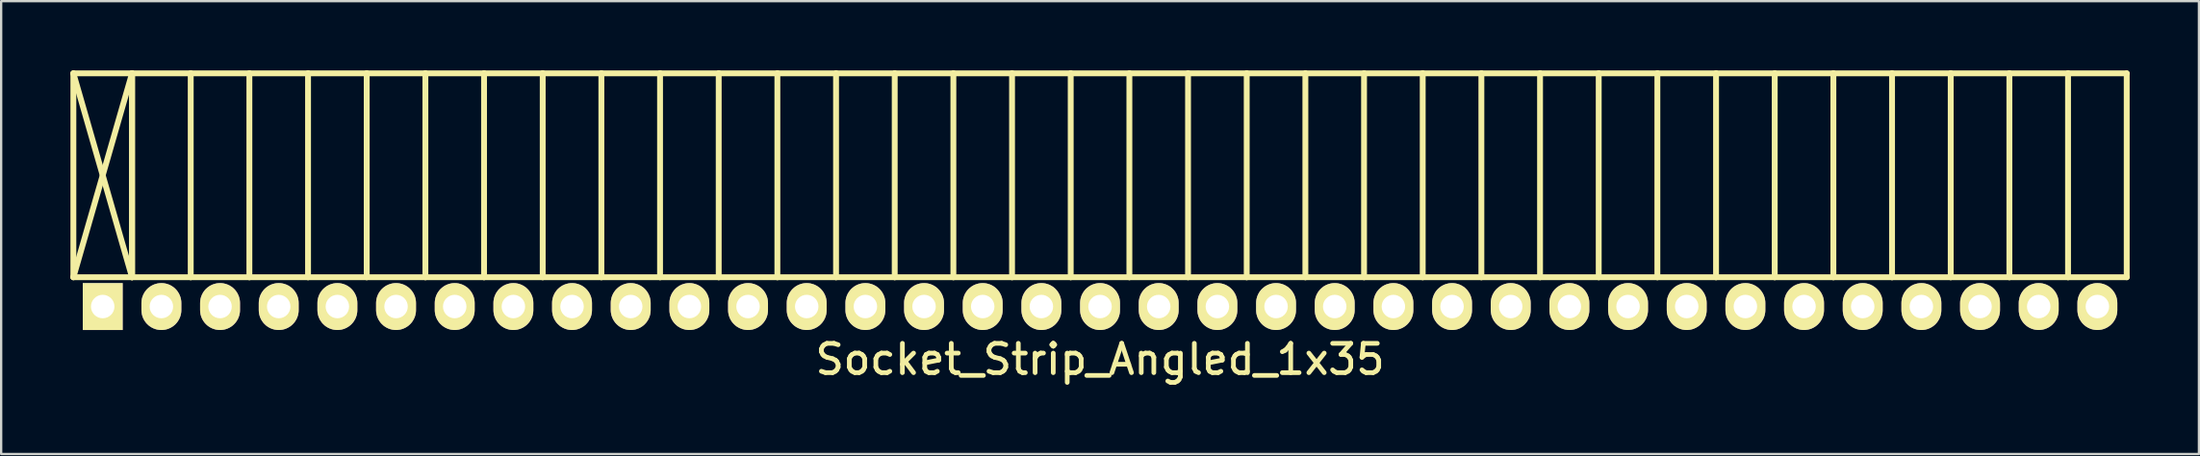
<source format=kicad_pcb>
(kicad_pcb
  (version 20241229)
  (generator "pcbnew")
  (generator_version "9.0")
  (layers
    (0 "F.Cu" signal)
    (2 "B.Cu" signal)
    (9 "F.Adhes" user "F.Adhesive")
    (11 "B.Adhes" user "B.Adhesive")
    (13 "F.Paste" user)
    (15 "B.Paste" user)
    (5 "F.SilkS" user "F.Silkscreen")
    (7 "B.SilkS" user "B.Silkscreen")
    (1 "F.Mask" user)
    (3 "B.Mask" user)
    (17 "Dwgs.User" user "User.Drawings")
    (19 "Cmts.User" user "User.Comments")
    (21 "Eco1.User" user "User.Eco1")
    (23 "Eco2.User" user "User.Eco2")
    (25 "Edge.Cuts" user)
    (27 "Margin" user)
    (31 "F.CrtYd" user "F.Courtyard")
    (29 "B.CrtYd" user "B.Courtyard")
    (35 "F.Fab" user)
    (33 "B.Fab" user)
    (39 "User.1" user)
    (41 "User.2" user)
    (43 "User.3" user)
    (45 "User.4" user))
  (footprint "Socket_Strip_Angled_1x35"
    (layer "F.Cu")
    (at 44.577 10.227)
    (property "Reference" "Socket_Strip_Angled_1x35" (at 0 2.286 0) (layer "F.SilkS") (effects (font (size 1.27 1.27) (thickness 0.203))))
    (attr through_hole)
    (fp_line (start -44.45 -10.1) (end -41.91 -10.1) (stroke (width 0.254) (type solid)) (layer "F.SilkS"))
    (fp_line (start -44.45 -10.1) (end -41.91 -1.27) (stroke (width 0.254) (type solid)) (layer "F.SilkS"))
    (fp_line (start -44.45 -1.27) (end -44.45 -10.1) (stroke (width 0.254) (type solid)) (layer "F.SilkS"))
    (fp_line (start -44.45 -1.27) (end -41.91 -10.1) (stroke (width 0.254) (type solid)) (layer "F.SilkS"))
    (fp_line (start -44.45 -1.27) (end -41.91 -1.27) (stroke (width 0.254) (type solid)) (layer "F.SilkS"))
    (fp_line (start -41.91 -10.1) (end -41.91 -1.27) (stroke (width 0.254) (type solid)) (layer "F.SilkS"))
    (fp_line (start -41.91 -10.1) (end -39.37 -10.1) (stroke (width 0.254) (type solid)) (layer "F.SilkS"))
    (fp_line (start -41.91 -1.27) (end -41.91 -10.1) (stroke (width 0.254) (type solid)) (layer "F.SilkS"))
    (fp_line (start -41.91 -1.27) (end -39.37 -1.27) (stroke (width 0.254) (type solid)) (layer "F.SilkS"))
    (fp_line (start -39.37 -10.1) (end -39.37 -1.27) (stroke (width 0.254) (type solid)) (layer "F.SilkS"))
    (fp_line (start -39.37 -10.1) (end -36.83 -10.1) (stroke (width 0.254) (type solid)) (layer "F.SilkS"))
    (fp_line (start -39.37 -1.27) (end -36.83 -1.27) (stroke (width 0.254) (type solid)) (layer "F.SilkS"))
    (fp_line (start -36.83 -10.1) (end -36.83 -1.27) (stroke (width 0.254) (type solid)) (layer "F.SilkS"))
    (fp_line (start -36.83 -10.1) (end -34.29 -10.1) (stroke (width 0.254) (type solid)) (layer "F.SilkS"))
    (fp_line (start -36.83 -1.27) (end -34.29 -1.27) (stroke (width 0.254) (type solid)) (layer "F.SilkS"))
    (fp_line (start -34.29 -10.1) (end -34.29 -1.27) (stroke (width 0.254) (type solid)) (layer "F.SilkS"))
    (fp_line (start -34.29 -10.1) (end -31.75 -10.1) (stroke (width 0.254) (type solid)) (layer "F.SilkS"))
    (fp_line (start -34.29 -1.27) (end -31.75 -1.27) (stroke (width 0.254) (type solid)) (layer "F.SilkS"))
    (fp_line (start -31.75 -10.1) (end -31.75 -1.27) (stroke (width 0.254) (type solid)) (layer "F.SilkS"))
    (fp_line (start -31.75 -10.1) (end -29.21 -10.1) (stroke (width 0.254) (type solid)) (layer "F.SilkS"))
    (fp_line (start -31.75 -1.27) (end -29.21 -1.27) (stroke (width 0.254) (type solid)) (layer "F.SilkS"))
    (fp_line (start -29.21 -10.1) (end -29.21 -1.27) (stroke (width 0.254) (type solid)) (layer "F.SilkS"))
    (fp_line (start -29.21 -10.1) (end -26.67 -10.1) (stroke (width 0.254) (type solid)) (layer "F.SilkS"))
    (fp_line (start -29.21 -1.27) (end -26.67 -1.27) (stroke (width 0.254) (type solid)) (layer "F.SilkS"))
    (fp_line (start -26.67 -10.1) (end -26.67 -1.27) (stroke (width 0.254) (type solid)) (layer "F.SilkS"))
    (fp_line (start -26.67 -10.1) (end -24.13 -10.1) (stroke (width 0.254) (type solid)) (layer "F.SilkS"))
    (fp_line (start -26.67 -1.27) (end -24.13 -1.27) (stroke (width 0.254) (type solid)) (layer "F.SilkS"))
    (fp_line (start -24.13 -10.1) (end -24.13 -1.27) (stroke (width 0.254) (type solid)) (layer "F.SilkS"))
    (fp_line (start -24.13 -10.1) (end -21.59 -10.1) (stroke (width 0.254) (type solid)) (layer "F.SilkS"))
    (fp_line (start -24.13 -1.27) (end -21.59 -1.27) (stroke (width 0.254) (type solid)) (layer "F.SilkS"))
    (fp_line (start -21.59 -10.1) (end -21.59 -1.27) (stroke (width 0.254) (type solid)) (layer "F.SilkS"))
    (fp_line (start -21.59 -10.1) (end -19.05 -10.1) (stroke (width 0.254) (type solid)) (layer "F.SilkS"))
    (fp_line (start -21.59 -1.27) (end -19.05 -1.27) (stroke (width 0.254) (type solid)) (layer "F.SilkS"))
    (fp_line (start -19.05 -10.1) (end -19.05 -1.27) (stroke (width 0.254) (type solid)) (layer "F.SilkS"))
    (fp_line (start -19.05 -10.1) (end -16.51 -10.1) (stroke (width 0.254) (type solid)) (layer "F.SilkS"))
    (fp_line (start -19.05 -1.27) (end -16.51 -1.27) (stroke (width 0.254) (type solid)) (layer "F.SilkS"))
    (fp_line (start -16.51 -10.1) (end -16.51 -1.27) (stroke (width 0.254) (type solid)) (layer "F.SilkS"))
    (fp_line (start -16.51 -10.1) (end -13.97 -10.1) (stroke (width 0.254) (type solid)) (layer "F.SilkS"))
    (fp_line (start -16.51 -1.27) (end -13.97 -1.27) (stroke (width 0.254) (type solid)) (layer "F.SilkS"))
    (fp_line (start -13.97 -10.1) (end -13.97 -1.27) (stroke (width 0.254) (type solid)) (layer "F.SilkS"))
    (fp_line (start -13.97 -10.1) (end -11.43 -10.1) (stroke (width 0.254) (type solid)) (layer "F.SilkS"))
    (fp_line (start -13.97 -1.27) (end -11.43 -1.27) (stroke (width 0.254) (type solid)) (layer "F.SilkS"))
    (fp_line (start -11.43 -10.1) (end -11.43 -1.27) (stroke (width 0.254) (type solid)) (layer "F.SilkS"))
    (fp_line (start -11.43 -10.1) (end -8.89 -10.1) (stroke (width 0.254) (type solid)) (layer "F.SilkS"))
    (fp_line (start -11.43 -1.27) (end -8.89 -1.27) (stroke (width 0.254) (type solid)) (layer "F.SilkS"))
    (fp_line (start -8.89 -10.1) (end -8.89 -1.27) (stroke (width 0.254) (type solid)) (layer "F.SilkS"))
    (fp_line (start -8.89 -10.1) (end -6.35 -10.1) (stroke (width 0.254) (type solid)) (layer "F.SilkS"))
    (fp_line (start -8.89 -1.27) (end -6.35 -1.27) (stroke (width 0.254) (type solid)) (layer "F.SilkS"))
    (fp_line (start -6.35 -10.1) (end -6.35 -1.27) (stroke (width 0.254) (type solid)) (layer "F.SilkS"))
    (fp_line (start -6.35 -10.1) (end -3.81 -10.1) (stroke (width 0.254) (type solid)) (layer "F.SilkS"))
    (fp_line (start -6.35 -1.27) (end -3.81 -1.27) (stroke (width 0.254) (type solid)) (layer "F.SilkS"))
    (fp_line (start -3.81 -10.1) (end -3.81 -1.27) (stroke (width 0.254) (type solid)) (layer "F.SilkS"))
    (fp_line (start -3.81 -10.1) (end -1.27 -10.1) (stroke (width 0.254) (type solid)) (layer "F.SilkS"))
    (fp_line (start -3.81 -1.27) (end -1.27 -1.27) (stroke (width 0.254) (type solid)) (layer "F.SilkS"))
    (fp_line (start -1.27 -10.1) (end -1.27 -1.27) (stroke (width 0.254) (type solid)) (layer "F.SilkS"))
    (fp_line (start -1.27 -10.1) (end 1.27 -10.1) (stroke (width 0.254) (type solid)) (layer "F.SilkS"))
    (fp_line (start -1.27 -1.27) (end 1.27 -1.27) (stroke (width 0.254) (type solid)) (layer "F.SilkS"))
    (fp_line (start 1.27 -10.1) (end 1.27 -1.27) (stroke (width 0.254) (type solid)) (layer "F.SilkS"))
    (fp_line (start 1.27 -10.1) (end 3.81 -10.1) (stroke (width 0.254) (type solid)) (layer "F.SilkS"))
    (fp_line (start 1.27 -1.27) (end 3.81 -1.27) (stroke (width 0.254) (type solid)) (layer "F.SilkS"))
    (fp_line (start 3.81 -10.1) (end 3.81 -1.27) (stroke (width 0.254) (type solid)) (layer "F.SilkS"))
    (fp_line (start 3.81 -10.1) (end 6.35 -10.1) (stroke (width 0.254) (type solid)) (layer "F.SilkS"))
    (fp_line (start 3.81 -1.27) (end 6.35 -1.27) (stroke (width 0.254) (type solid)) (layer "F.SilkS"))
    (fp_line (start 6.35 -10.1) (end 6.35 -1.27) (stroke (width 0.254) (type solid)) (layer "F.SilkS"))
    (fp_line (start 6.35 -10.1) (end 8.89 -10.1) (stroke (width 0.254) (type solid)) (layer "F.SilkS"))
    (fp_line (start 6.35 -1.27) (end 8.89 -1.27) (stroke (width 0.254) (type solid)) (layer "F.SilkS"))
    (fp_line (start 8.89 -10.1) (end 8.89 -1.27) (stroke (width 0.254) (type solid)) (layer "F.SilkS"))
    (fp_line (start 8.89 -10.1) (end 11.43 -10.1) (stroke (width 0.254) (type solid)) (layer "F.SilkS"))
    (fp_line (start 8.89 -1.27) (end 11.43 -1.27) (stroke (width 0.254) (type solid)) (layer "F.SilkS"))
    (fp_line (start 11.43 -10.1) (end 11.43 -1.27) (stroke (width 0.254) (type solid)) (layer "F.SilkS"))
    (fp_line (start 11.43 -10.1) (end 13.97 -10.1) (stroke (width 0.254) (type solid)) (layer "F.SilkS"))
    (fp_line (start 11.43 -1.27) (end 13.97 -1.27) (stroke (width 0.254) (type solid)) (layer "F.SilkS"))
    (fp_line (start 13.97 -10.1) (end 13.97 -1.27) (stroke (width 0.254) (type solid)) (layer "F.SilkS"))
    (fp_line (start 13.97 -10.1) (end 16.51 -10.1) (stroke (width 0.254) (type solid)) (layer "F.SilkS"))
    (fp_line (start 13.97 -1.27) (end 16.51 -1.27) (stroke (width 0.254) (type solid)) (layer "F.SilkS"))
    (fp_line (start 16.51 -10.1) (end 16.51 -1.27) (stroke (width 0.254) (type solid)) (layer "F.SilkS"))
    (fp_line (start 16.51 -10.1) (end 19.05 -10.1) (stroke (width 0.254) (type solid)) (layer "F.SilkS"))
    (fp_line (start 16.51 -1.27) (end 19.05 -1.27) (stroke (width 0.254) (type solid)) (layer "F.SilkS"))
    (fp_line (start 19.05 -10.1) (end 19.05 -1.27) (stroke (width 0.254) (type solid)) (layer "F.SilkS"))
    (fp_line (start 19.05 -10.1) (end 21.59 -10.1) (stroke (width 0.254) (type solid)) (layer "F.SilkS"))
    (fp_line (start 19.05 -1.27) (end 21.59 -1.27) (stroke (width 0.254) (type solid)) (layer "F.SilkS"))
    (fp_line (start 21.59 -10.1) (end 21.59 -1.27) (stroke (width 0.254) (type solid)) (layer "F.SilkS"))
    (fp_line (start 21.59 -10.1) (end 24.13 -10.1) (stroke (width 0.254) (type solid)) (layer "F.SilkS"))
    (fp_line (start 21.59 -1.27) (end 24.13 -1.27) (stroke (width 0.254) (type solid)) (layer "F.SilkS"))
    (fp_line (start 24.13 -10.1) (end 24.13 -1.27) (stroke (width 0.254) (type solid)) (layer "F.SilkS"))
    (fp_line (start 24.13 -10.1) (end 26.67 -10.1) (stroke (width 0.254) (type solid)) (layer "F.SilkS"))
    (fp_line (start 24.13 -1.27) (end 26.67 -1.27) (stroke (width 0.254) (type solid)) (layer "F.SilkS"))
    (fp_line (start 26.67 -10.1) (end 26.67 -1.27) (stroke (width 0.254) (type solid)) (layer "F.SilkS"))
    (fp_line (start 26.67 -10.1) (end 29.21 -10.1) (stroke (width 0.254) (type solid)) (layer "F.SilkS"))
    (fp_line (start 26.67 -1.27) (end 29.21 -1.27) (stroke (width 0.254) (type solid)) (layer "F.SilkS"))
    (fp_line (start 29.21 -10.1) (end 29.21 -1.27) (stroke (width 0.254) (type solid)) (layer "F.SilkS"))
    (fp_line (start 29.21 -10.1) (end 31.75 -10.1) (stroke (width 0.254) (type solid)) (layer "F.SilkS"))
    (fp_line (start 29.21 -1.27) (end 31.75 -1.27) (stroke (width 0.254) (type solid)) (layer "F.SilkS"))
    (fp_line (start 31.75 -10.1) (end 31.75 -1.27) (stroke (width 0.254) (type solid)) (layer "F.SilkS"))
    (fp_line (start 31.75 -10.1) (end 34.29 -10.1) (stroke (width 0.254) (type solid)) (layer "F.SilkS"))
    (fp_line (start 31.75 -1.27) (end 34.29 -1.27) (stroke (width 0.254) (type solid)) (layer "F.SilkS"))
    (fp_line (start 34.29 -10.1) (end 34.29 -1.27) (stroke (width 0.254) (type solid)) (layer "F.SilkS"))
    (fp_line (start 34.29 -10.1) (end 36.83 -10.1) (stroke (width 0.254) (type solid)) (layer "F.SilkS"))
    (fp_line (start 34.29 -1.27) (end 36.83 -1.27) (stroke (width 0.254) (type solid)) (layer "F.SilkS"))
    (fp_line (start 36.83 -10.1) (end 36.83 -1.27) (stroke (width 0.254) (type solid)) (layer "F.SilkS"))
    (fp_line (start 36.83 -10.1) (end 39.37 -10.1) (stroke (width 0.254) (type solid)) (layer "F.SilkS"))
    (fp_line (start 36.83 -1.27) (end 39.37 -1.27) (stroke (width 0.254) (type solid)) (layer "F.SilkS"))
    (fp_line (start 39.37 -10.1) (end 39.37 -1.27) (stroke (width 0.254) (type solid)) (layer "F.SilkS"))
    (fp_line (start 39.37 -10.1) (end 41.91 -10.1) (stroke (width 0.254) (type solid)) (layer "F.SilkS"))
    (fp_line (start 39.37 -1.27) (end 41.91 -1.27) (stroke (width 0.254) (type solid)) (layer "F.SilkS"))
    (fp_line (start 41.91 -10.1) (end 41.91 -1.27) (stroke (width 0.254) (type solid)) (layer "F.SilkS"))
    (fp_line (start 41.91 -10.1) (end 44.45 -10.1) (stroke (width 0.254) (type solid)) (layer "F.SilkS"))
    (fp_line (start 41.91 -1.27) (end 44.45 -1.27) (stroke (width 0.254) (type solid)) (layer "F.SilkS"))
    (fp_line (start 44.45 -10.1) (end 44.45 -1.27) (stroke (width 0.254) (type solid)) (layer "F.SilkS"))
    (pad "1" thru_hole rect (at -43.18 0) (size 1.727 2.032) (drill 1.016) (layers "*.Cu" "*.Mask" "F.SilkS"))
    (pad "2" thru_hole oval (at -40.64 0) (size 1.727 2.032) (drill 1.016) (layers "*.Cu" "*.Mask" "F.SilkS"))
    (pad "3" thru_hole oval (at -38.1 0) (size 1.727 2.032) (drill 1.016) (layers "*.Cu" "*.Mask" "F.SilkS"))
    (pad "4" thru_hole oval (at -35.56 0) (size 1.727 2.032) (drill 1.016) (layers "*.Cu" "*.Mask" "F.SilkS"))
    (pad "5" thru_hole oval (at -33.02 0) (size 1.727 2.032) (drill 1.016) (layers "*.Cu" "*.Mask" "F.SilkS"))
    (pad "6" thru_hole oval (at -30.48 0) (size 1.727 2.032) (drill 1.016) (layers "*.Cu" "*.Mask" "F.SilkS"))
    (pad "7" thru_hole oval (at -27.94 0) (size 1.727 2.032) (drill 1.016) (layers "*.Cu" "*.Mask" "F.SilkS"))
    (pad "8" thru_hole oval (at -25.4 0) (size 1.727 2.032) (drill 1.016) (layers "*.Cu" "*.Mask" "F.SilkS"))
    (pad "9" thru_hole oval (at -22.86 0) (size 1.727 2.032) (drill 1.016) (layers "*.Cu" "*.Mask" "F.SilkS"))
    (pad "10" thru_hole oval (at -20.32 0) (size 1.727 2.032) (drill 1.016) (layers "*.Cu" "*.Mask" "F.SilkS"))
    (pad "11" thru_hole oval (at -17.78 0) (size 1.727 2.032) (drill 1.016) (layers "*.Cu" "*.Mask" "F.SilkS"))
    (pad "12" thru_hole oval (at -15.24 0) (size 1.727 2.032) (drill 1.016) (layers "*.Cu" "*.Mask" "F.SilkS"))
    (pad "13" thru_hole oval (at -12.7 0) (size 1.727 2.032) (drill 1.016) (layers "*.Cu" "*.Mask" "F.SilkS"))
    (pad "14" thru_hole oval (at -10.16 0) (size 1.727 2.032) (drill 1.016) (layers "*.Cu" "*.Mask" "F.SilkS"))
    (pad "15" thru_hole oval (at -7.62 0) (size 1.727 2.032) (drill 1.016) (layers "*.Cu" "*.Mask" "F.SilkS"))
    (pad "16" thru_hole oval (at -5.08 0) (size 1.727 2.032) (drill 1.016) (layers "*.Cu" "*.Mask" "F.SilkS"))
    (pad "17" thru_hole oval (at -2.54 0) (size 1.727 2.032) (drill 1.016) (layers "*.Cu" "*.Mask" "F.SilkS"))
    (pad "18" thru_hole oval (at 0 0) (size 1.727 2.032) (drill 1.016) (layers "*.Cu" "*.Mask" "F.SilkS"))
    (pad "19" thru_hole oval (at 2.54 0) (size 1.727 2.032) (drill 1.016) (layers "*.Cu" "*.Mask" "F.SilkS"))
    (pad "20" thru_hole oval (at 5.08 0) (size 1.727 2.032) (drill 1.016) (layers "*.Cu" "*.Mask" "F.SilkS"))
    (pad "21" thru_hole oval (at 7.62 0) (size 1.727 2.032) (drill 1.016) (layers "*.Cu" "*.Mask" "F.SilkS"))
    (pad "22" thru_hole oval (at 10.16 0) (size 1.727 2.032) (drill 1.016) (layers "*.Cu" "*.Mask" "F.SilkS"))
    (pad "23" thru_hole oval (at 12.7 0) (size 1.727 2.032) (drill 1.016) (layers "*.Cu" "*.Mask" "F.SilkS"))
    (pad "24" thru_hole oval (at 15.24 0) (size 1.727 2.032) (drill 1.016) (layers "*.Cu" "*.Mask" "F.SilkS"))
    (pad "25" thru_hole oval (at 17.78 0) (size 1.727 2.032) (drill 1.016) (layers "*.Cu" "*.Mask" "F.SilkS"))
    (pad "26" thru_hole oval (at 20.32 0) (size 1.727 2.032) (drill 1.016) (layers "*.Cu" "*.Mask" "F.SilkS"))
    (pad "27" thru_hole oval (at 22.86 0) (size 1.727 2.032) (drill 1.016) (layers "*.Cu" "*.Mask" "F.SilkS"))
    (pad "28" thru_hole oval (at 25.4 0) (size 1.727 2.032) (drill 1.016) (layers "*.Cu" "*.Mask" "F.SilkS"))
    (pad "29" thru_hole oval (at 27.94 0) (size 1.727 2.032) (drill 1.016) (layers "*.Cu" "*.Mask" "F.SilkS"))
    (pad "30" thru_hole oval (at 30.48 0) (size 1.727 2.032) (drill 1.016) (layers "*.Cu" "*.Mask" "F.SilkS"))
    (pad "31" thru_hole oval (at 33.02 0) (size 1.727 2.032) (drill 1.016) (layers "*.Cu" "*.Mask" "F.SilkS"))
    (pad "32" thru_hole oval (at 35.56 0) (size 1.727 2.032) (drill 1.016) (layers "*.Cu" "*.Mask" "F.SilkS"))
    (pad "33" thru_hole oval (at 38.1 0) (size 1.727 2.032) (drill 1.016) (layers "*.Cu" "*.Mask" "F.SilkS"))
    (pad "34" thru_hole oval (at 40.64 0) (size 1.727 2.032) (drill 1.016) (layers "*.Cu" "*.Mask" "F.SilkS"))
    (pad "35" thru_hole oval (at 43.18 0) (size 1.727 2.032) (drill 1.016) (layers "*.Cu" "*.Mask" "F.SilkS")))
  (gr_rect
    (start -3 -3)
    (end 92.154 16.613)
    (stroke (width 0.1) (type default))
    (fill no)
    (layer "Edge.Cuts")))
</source>
